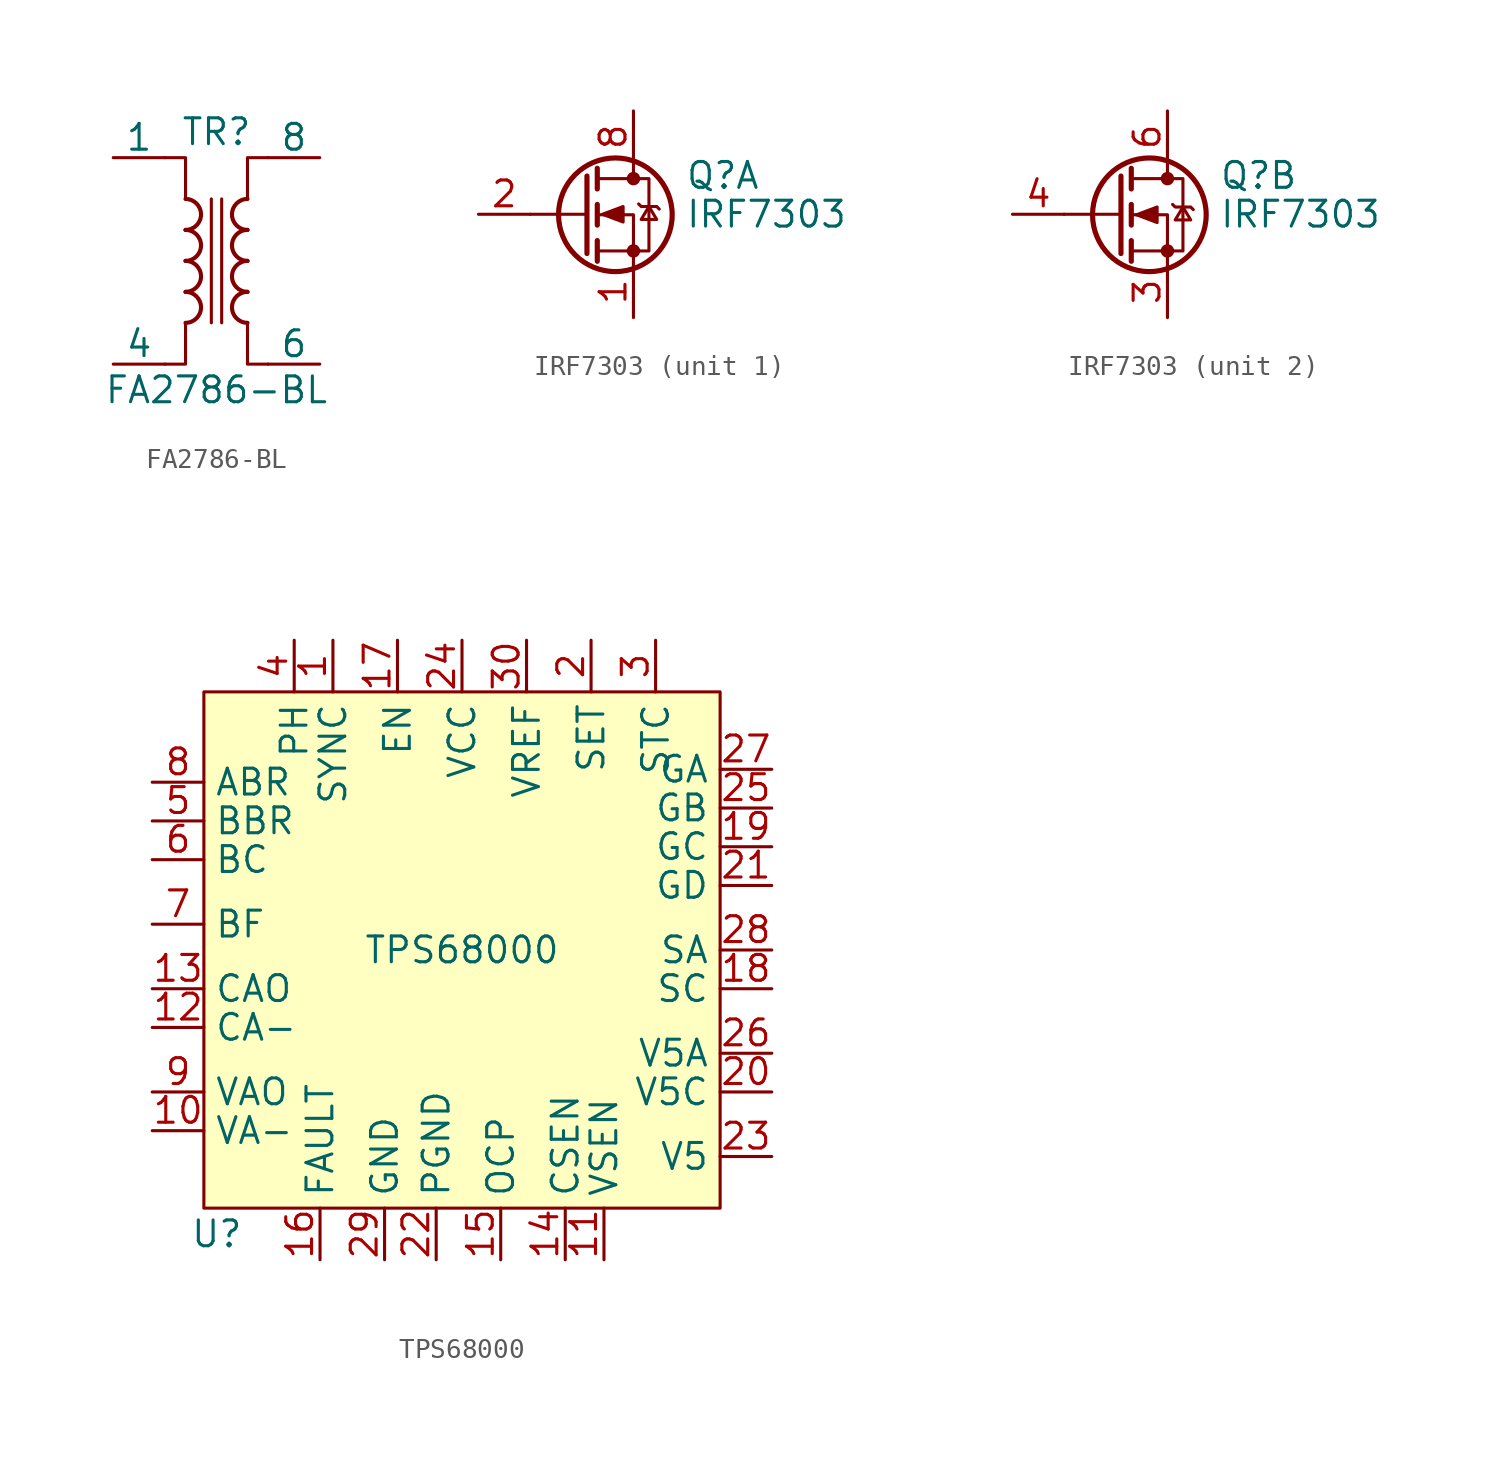
<source format=kicad_sym>
(kicad_symbol_lib
  (version 20211014)
  (generator kicad_symbol_editor)
  (symbol "FA2786-BL"
    (pin_numbers hide)
    (pin_names
      (offset 0))
    (property "Reference" "TR"
      (at 0 6.35 0)
      (effects (font (size 1.27 1.27))))
    (property "Value" "FA2786-BL"
      (at 0 -6.35 0)
      (effects (font (size 1.27 1.27))))
    (symbol "FA2786-BL_0_1"
      (arc (start -1.524 -3.048) (mid -0.762 -2.286) (end -1.524 -1.524) (stroke (width 0.2032) (type default) (color 0 0 0 0)) (fill (type none)))
      (arc (start -1.524 -1.524) (mid -0.762 -0.762) (end -1.524 0) (stroke (width 0.2032) (type default) (color 0 0 0 0)) (fill (type none)))
      (arc (start -1.524 0) (mid -0.762 0.762) (end -1.524 1.524) (stroke (width 0.2032) (type default) (color 0 0 0 0)) (fill (type none)))
      (arc (start -1.524 1.524) (mid -0.762 2.286) (end -1.524 3.048) (stroke (width 0.2032) (type default) (color 0 0 0 0)) (fill (type none)))
      (polyline (pts (xy -0.254 -3.048) (xy -0.254 3.048)) (stroke (width 0) (type default) (color 0 0 0 0)) (fill (type none)))
      (polyline (pts (xy 0.254 -3.048) (xy 0.254 3.048)) (stroke (width 0) (type default) (color 0 0 0 0)) (fill (type none)))
      (polyline (pts (xy -2.54 5.08) (xy -1.524 5.08) (xy -1.524 3.048) (xy -1.524 3.048)) (stroke (width 0.152) (type default) (color 0 0 0 0)) (fill (type none)))
      (polyline (pts (xy -1.524 -3.048) (xy -1.524 -5.08) (xy -2.54 -5.08) (xy -2.54 -5.08)) (stroke (width 0.152) (type default) (color 0 0 0 0)) (fill (type none)))
      (polyline (pts (xy 1.524 3.048) (xy 1.524 5.08) (xy 2.54 5.08) (xy 2.54 5.08)) (stroke (width 0.152) (type default) (color 0 0 0 0)) (fill (type none)))
      (polyline (pts (xy 2.54 -5.08) (xy 1.524 -5.08) (xy 1.524 -3.048) (xy 1.524 -3.048)) (stroke (width 0.152) (type default) (color 0 0 0 0)) (fill (type none)))
      (arc (start 1.524 -1.524) (mid 0.762 -2.286) (end 1.524 -3.048) (stroke (width 0.2032) (type default) (color 0 0 0 0)) (fill (type none)))
      (arc (start 1.524 0) (mid 0.762 -0.762) (end 1.524 -1.524) (stroke (width 0.2032) (type default) (color 0 0 0 0)) (fill (type none)))
      (arc (start 1.524 1.524) (mid 0.762 0.762) (end 1.524 0) (stroke (width 0.2032) (type default) (color 0 0 0 0)) (fill (type none)))
      (arc (start 1.524 3.048) (mid 0.762 2.286) (end 1.524 1.524) (stroke (width 0.2032) (type default) (color 0 0 0 0)) (fill (type none))))
    (symbol "FA2786-BL_1_1"
      (pin passive line (at -5.08 5.08 0) (length 2.54) (name "1" (effects (font (size 1.27 1.27)))) (number "1" (effects (font (size 1.27 1.27)))))
      (pin passive line (at -5.08 -5.08 0) (length 2.54) (name "4" (effects (font (size 1.27 1.27)))) (number "4" (effects (font (size 1.27 1.27)))))
      (pin passive line (at 5.08 -5.08 180) (length 2.54) (name "6" (effects (font (size 1.27 1.27)))) (number "6" (effects (font (size 1.27 1.27)))))
      (pin passive line (at 5.08 5.08 180) (length 2.54) (name "8" (effects (font (size 1.27 1.27)))) (number "8" (effects (font (size 1.27 1.27)))))))
  (symbol "IRF7303"
    (pin_names hide)
    (property "Reference" "Q"
      (at 5.08 1.905 0)
      (effects (font (size 1.27 1.27)) (justify left)))
    (property "Value" "IRF7303"
      (at 5.08 0 0)
      (effects (font (size 1.27 1.27)) (justify left)))
    (symbol "IRF7303_0_1"
      (polyline (pts (xy 0.254 0) (xy -2.54 0)) (stroke (width 0) (type default) (color 0 0 0 0)) (fill (type none)))
      (polyline (pts (xy 0.254 1.88) (xy 0.254 -1.93)) (stroke (width 0.254) (type default) (color 0 0 0 0)) (fill (type none)))
      (polyline (pts (xy 0.762 -1.295) (xy 0.762 -2.311)) (stroke (width 0.254) (type default) (color 0 0 0 0)) (fill (type none)))
      (polyline (pts (xy 0.762 0.483) (xy 0.762 -0.533)) (stroke (width 0.254) (type default) (color 0 0 0 0)) (fill (type none)))
      (polyline (pts (xy 0.762 2.261) (xy 0.762 1.245)) (stroke (width 0.254) (type default) (color 0 0 0 0)) (fill (type none)))
      (polyline (pts (xy 2.54 2.515) (xy 2.54 1.753)) (stroke (width 0) (type default) (color 0 0 0 0)) (fill (type none)))
      (polyline (pts (xy 2.54 -2.565) (xy 2.54 -0.025) (xy 0.762 -0.025)) (stroke (width 0) (type default) (color 0 0 0 0)) (fill (type none)))
      (polyline (pts (xy 0.762 -1.803) (xy 3.302 -1.803) (xy 3.302 1.753) (xy 0.762 1.753)) (stroke (width 0) (type default) (color 0 0 0 0)) (fill (type none)))
      (circle (center 1.651 -0.025) (radius 2.794) (stroke (width 0.254) (type default) (color 0 0 0 0)) (fill (type none)))
      (circle (center 2.54 -1.803) (radius 0.254) (stroke (width 0) (type default) (color 0 0 0 0)) (fill (type outline)))
      (circle (center 2.54 1.753) (radius 0.254) (stroke (width 0) (type default) (color 0 0 0 0)) (fill (type outline))))
    (symbol "IRF7303_1_1"
      (polyline (pts (xy 1.016 0) (xy 2.032 0.381) (xy 2.032 -0.381) (xy 1.016 0)) (stroke (width 0) (type default) (color 0 0 0 0)) (fill (type outline)))
      (polyline (pts (xy 2.794 0.508) (xy 2.921 0.381) (xy 3.683 0.381) (xy 3.81 0.254)) (stroke (width 0) (type default) (color 0 0 0 0)) (fill (type none)))
      (polyline (pts (xy 3.302 0.381) (xy 2.921 -0.254) (xy 3.683 -0.254) (xy 3.302 0.381)) (stroke (width 0) (type default) (color 0 0 0 0)) (fill (type none)))
      (pin passive line (at 2.54 -5.08 90) (length 2.54) (name "S" (effects (font (size 1.27 1.27)))) (number "1" (effects (font (size 1.27 1.27)))))
      (pin input line (at -5.08 0 0) (length 2.54) (name "G" (effects (font (size 1.27 1.27)))) (number "2" (effects (font (size 1.27 1.27)))))
      (pin passive line (at 2.54 5.08 270) (length 2.54) hide (name "D" (effects (font (size 1.27 1.27)))) (number "7" (effects (font (size 1.27 1.27)))))
      (pin passive line (at 2.54 5.08 270) (length 2.54) (name "D" (effects (font (size 1.27 1.27)))) (number "8" (effects (font (size 1.27 1.27))))))
    (symbol "IRF7303_2_1"
      (polyline (pts (xy 1.016 -0.025) (xy 2.032 0.356) (xy 2.032 -0.406) (xy 1.016 -0.025)) (stroke (width 0) (type default) (color 0 0 0 0)) (fill (type outline)))
      (polyline (pts (xy 2.794 0.483) (xy 2.921 0.356) (xy 3.683 0.356) (xy 3.81 0.229)) (stroke (width 0) (type default) (color 0 0 0 0)) (fill (type none)))
      (polyline (pts (xy 3.302 0.356) (xy 2.921 -0.279) (xy 3.683 -0.279) (xy 3.302 0.356)) (stroke (width 0) (type default) (color 0 0 0 0)) (fill (type none)))
      (pin passive line (at 2.54 -5.08 90) (length 2.54) (name "1" (effects (font (size 1.27 1.27)))) (number "3" (effects (font (size 1.27 1.27)))))
      (pin input line (at -5.08 0 0) (length 2.54) (name "G" (effects (font (size 1.27 1.27)))) (number "4" (effects (font (size 1.27 1.27)))))
      (pin passive line (at 2.54 5.08 270) (length 2.54) hide (name "D" (effects (font (size 1.27 1.27)))) (number "5" (effects (font (size 1.27 1.27)))))
      (pin passive line (at 2.54 5.08 270) (length 2.54) (name "D" (effects (font (size 1.27 1.27)))) (number "6" (effects (font (size 1.27 1.27)))))))
  (symbol "TPS68000"
    (property "Reference" "U"
      (at -12.065 -13.97 0)
      (effects (font (size 1.27 1.27))))
    (property "Value" "TPS68000"
      (at 0 0 0)
      (effects (font (size 1.27 1.27))))
    (symbol "TPS68000_0_1"
      (rectangle (start 12.7 12.7) (end -12.7 -12.7) (stroke (width 0) (type default) (color 0 0 0 0)) (fill (type background))))
    (symbol "TPS68000_1_1"
      (pin bidirectional line (at -6.35 15.24 270) (length 2.54) (name "SYNC" (effects (font (size 1.27 1.27)))) (number "1" (effects (font (size 1.27 1.27)))))
      (pin input line (at -15.24 -8.89 0) (length 2.54) (name "VA-" (effects (font (size 1.27 1.27)))) (number "10" (effects (font (size 1.27 1.27)))))
      (pin input line (at 6.985 -15.24 90) (length 2.54) (name "VSEN" (effects (font (size 1.27 1.27)))) (number "11" (effects (font (size 1.27 1.27)))))
      (pin input line (at -15.24 -3.81 0) (length 2.54) (name "CA-" (effects (font (size 1.27 1.27)))) (number "12" (effects (font (size 1.27 1.27)))))
      (pin output line (at -15.24 -1.905 0) (length 2.54) (name "CAO" (effects (font (size 1.27 1.27)))) (number "13" (effects (font (size 1.27 1.27)))))
      (pin input line (at 5.08 -15.24 90) (length 2.54) (name "CSEN" (effects (font (size 1.27 1.27)))) (number "14" (effects (font (size 1.27 1.27)))))
      (pin input line (at 1.905 -15.24 90) (length 2.54) (name "OCP" (effects (font (size 1.27 1.27)))) (number "15" (effects (font (size 1.27 1.27)))))
      (pin output line (at -6.985 -15.24 90) (length 2.54) (name "FAULT" (effects (font (size 1.27 1.27)))) (number "16" (effects (font (size 1.27 1.27)))))
      (pin input line (at -3.175 15.24 270) (length 2.54) (name "EN" (effects (font (size 1.27 1.27)))) (number "17" (effects (font (size 1.27 1.27)))))
      (pin passive line (at 15.24 -1.905 180) (length 2.54) (name "SC" (effects (font (size 1.27 1.27)))) (number "18" (effects (font (size 1.27 1.27)))))
      (pin output line (at 15.24 5.08 180) (length 2.54) (name "GC" (effects (font (size 1.27 1.27)))) (number "19" (effects (font (size 1.27 1.27)))))
      (pin input line (at 6.35 15.24 270) (length 2.54) (name "SET" (effects (font (size 1.27 1.27)))) (number "2" (effects (font (size 1.27 1.27)))))
      (pin output line (at 15.24 -6.985 180) (length 2.54) (name "V5C" (effects (font (size 1.27 1.27)))) (number "20" (effects (font (size 1.27 1.27)))))
      (pin output line (at 15.24 3.175 180) (length 2.54) (name "GD" (effects (font (size 1.27 1.27)))) (number "21" (effects (font (size 1.27 1.27)))))
      (pin power_in line (at -1.27 -15.24 90) (length 2.54) (name "PGND" (effects (font (size 1.27 1.27)))) (number "22" (effects (font (size 1.27 1.27)))))
      (pin bidirectional line (at 15.24 -10.16 180) (length 2.54) (name "V5" (effects (font (size 1.27 1.27)))) (number "23" (effects (font (size 1.27 1.27)))))
      (pin power_in line (at 0 15.24 270) (length 2.54) (name "VCC" (effects (font (size 1.27 1.27)))) (number "24" (effects (font (size 1.27 1.27)))))
      (pin output line (at 15.24 6.985 180) (length 2.54) (name "GB" (effects (font (size 1.27 1.27)))) (number "25" (effects (font (size 1.27 1.27)))))
      (pin output line (at 15.24 -5.08 180) (length 2.54) (name "V5A" (effects (font (size 1.27 1.27)))) (number "26" (effects (font (size 1.27 1.27)))))
      (pin output line (at 15.24 8.89 180) (length 2.54) (name "GA" (effects (font (size 1.27 1.27)))) (number "27" (effects (font (size 1.27 1.27)))))
      (pin passive line (at 15.24 0 180) (length 2.54) (name "SA" (effects (font (size 1.27 1.27)))) (number "28" (effects (font (size 1.27 1.27)))))
      (pin power_in line (at -3.81 -15.24 90) (length 2.54) (name "GND" (effects (font (size 1.27 1.27)))) (number "29" (effects (font (size 1.27 1.27)))))
      (pin input line (at 9.525 15.24 270) (length 2.54) (name "STC" (effects (font (size 1.27 1.27)))) (number "3" (effects (font (size 1.27 1.27)))))
      (pin output line (at 3.175 15.24 270) (length 2.54) (name "VREF" (effects (font (size 1.27 1.27)))) (number "30" (effects (font (size 1.27 1.27)))))
      (pin input line (at -8.255 15.24 270) (length 2.54) (name "PH" (effects (font (size 1.27 1.27)))) (number "4" (effects (font (size 1.27 1.27)))))
      (pin input line (at -15.24 6.35 0) (length 2.54) (name "BBR" (effects (font (size 1.27 1.27)))) (number "5" (effects (font (size 1.27 1.27)))))
      (pin input line (at -15.24 4.445 0) (length 2.54) (name "BC" (effects (font (size 1.27 1.27)))) (number "6" (effects (font (size 1.27 1.27)))))
      (pin input line (at -15.24 1.27 0) (length 2.54) (name "BF" (effects (font (size 1.27 1.27)))) (number "7" (effects (font (size 1.27 1.27)))))
      (pin input line (at -15.24 8.255 0) (length 2.54) (name "ABR" (effects (font (size 1.27 1.27)))) (number "8" (effects (font (size 1.27 1.27)))))
      (pin output line (at -15.24 -6.985 0) (length 2.54) (name "VAO" (effects (font (size 1.27 1.27)))) (number "9" (effects (font (size 1.27 1.27))))))))
</source>
